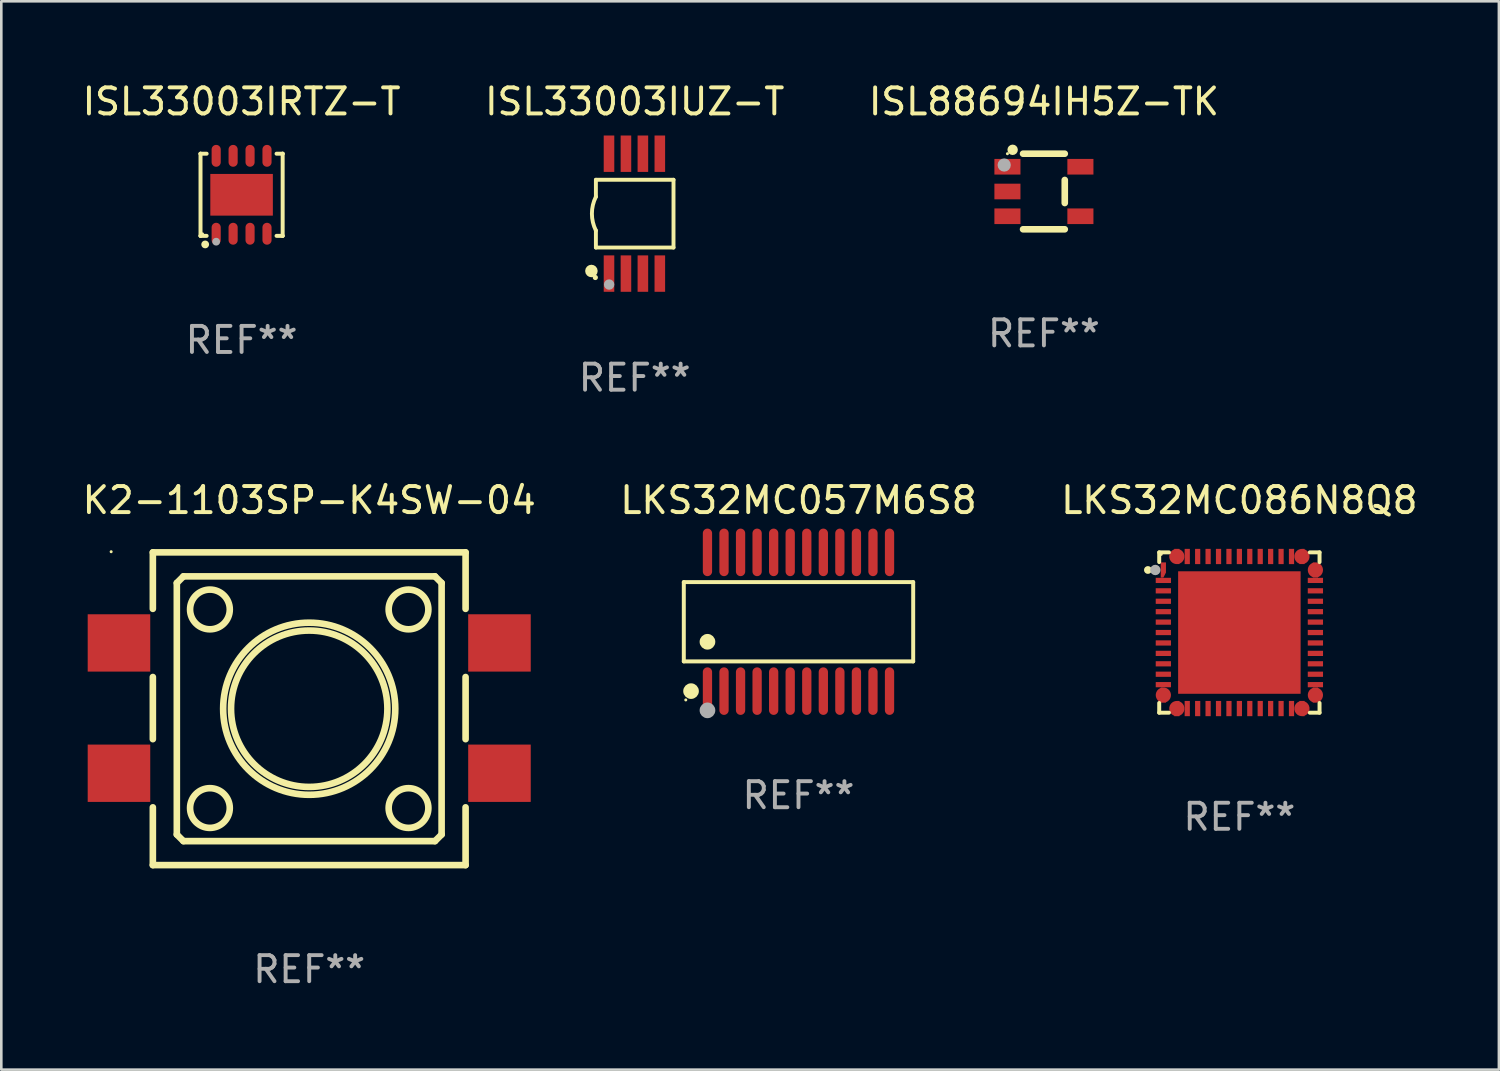
<source format=kicad_pcb>
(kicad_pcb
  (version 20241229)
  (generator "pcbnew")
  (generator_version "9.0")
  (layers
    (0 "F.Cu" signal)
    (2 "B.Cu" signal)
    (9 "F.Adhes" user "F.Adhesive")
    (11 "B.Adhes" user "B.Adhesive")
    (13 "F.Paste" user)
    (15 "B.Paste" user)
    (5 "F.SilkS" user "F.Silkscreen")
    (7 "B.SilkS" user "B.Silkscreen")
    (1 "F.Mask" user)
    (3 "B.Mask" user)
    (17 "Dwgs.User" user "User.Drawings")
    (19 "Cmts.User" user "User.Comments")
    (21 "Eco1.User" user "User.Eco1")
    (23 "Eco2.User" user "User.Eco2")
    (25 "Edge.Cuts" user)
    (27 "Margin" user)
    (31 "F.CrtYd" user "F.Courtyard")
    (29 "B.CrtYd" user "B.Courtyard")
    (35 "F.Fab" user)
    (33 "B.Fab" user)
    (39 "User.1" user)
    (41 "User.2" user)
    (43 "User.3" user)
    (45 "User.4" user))
  (footprint "ISL33003IRTZ-T"
    (layer "F.Cu")
    (at 6.22 4.424)
    (property "Reference" "ISL33003IRTZ-T" (at 0 -3.576 0) (layer "F.SilkS") (effects (font (size 1 1) (thickness 0.15))))
    (attr through_hole)
    (fp_line (start -1.576 -1.576) (end -1.576 -1.576) (stroke (width 0.152) (type solid)) (layer "F.SilkS"))
    (fp_line (start -1.576 -1.576) (end -1.341 -1.576) (stroke (width 0.152) (type solid)) (layer "F.SilkS"))
    (fp_line (start -1.576 1.576) (end -1.576 -1.576) (stroke (width 0.152) (type solid)) (layer "F.SilkS"))
    (fp_line (start -1.576 1.576) (end -1.576 1.576) (stroke (width 0.152) (type solid)) (layer "F.SilkS"))
    (fp_line (start -1.341 1.576) (end -1.576 1.576) (stroke (width 0.152) (type solid)) (layer "F.SilkS"))
    (fp_line (start 1.341 1.576) (end 1.576 1.576) (stroke (width 0.152) (type solid)) (layer "F.SilkS"))
    (fp_line (start 1.576 -1.576) (end 1.341 -1.576) (stroke (width 0.152) (type solid)) (layer "F.SilkS"))
    (fp_line (start 1.576 -1.576) (end 1.576 -1.576) (stroke (width 0.152) (type solid)) (layer "F.SilkS"))
    (fp_line (start 1.576 1.576) (end 1.576 -1.576) (stroke (width 0.152) (type solid)) (layer "F.SilkS"))
    (fp_line (start 1.576 1.576) (end 1.576 1.576) (stroke (width 0.152) (type solid)) (layer "F.SilkS"))
    (fp_circle (center -1.5 1.5) (end -1.47 1.5) (stroke (width 0.06) (type solid)) (fill no) (layer "F.SilkS"))
    (fp_circle (center -1.397 1.905) (end -1.322 1.905) (stroke (width 0.15) (type solid)) (fill no) (layer "F.SilkS"))
    (fp_circle (center -0.975 1.8) (end -0.9 1.8) (stroke (width 0.15) (type solid)) (fill no) (layer "F.Fab"))
    (fp_text user "REF**" (at 0 5.576 0) (layer "F.Fab") (effects (font (size 1 1) (thickness 0.15))))
    (pad "1" smd oval (at -0.975 1.495) (size 0.35 0.84) (layers "F.Cu" "F.Mask" "F.Paste"))
    (pad "2" smd oval (at -0.325 1.495) (size 0.35 0.84) (layers "F.Cu" "F.Mask" "F.Paste"))
    (pad "3" smd oval (at 0.325 1.495) (size 0.35 0.84) (layers "F.Cu" "F.Mask" "F.Paste"))
    (pad "4" smd oval (at 0.975 1.495) (size 0.35 0.84) (layers "F.Cu" "F.Mask" "F.Paste"))
    (pad "5" smd oval (at 0.975 -1.495) (size 0.35 0.84) (layers "F.Cu" "F.Mask" "F.Paste"))
    (pad "6" smd oval (at 0.325 -1.495) (size 0.35 0.84) (layers "F.Cu" "F.Mask" "F.Paste"))
    (pad "7" smd oval (at -0.325 -1.495) (size 0.35 0.84) (layers "F.Cu" "F.Mask" "F.Paste"))
    (pad "8" smd oval (at -0.975 -1.495) (size 0.35 0.84) (layers "F.Cu" "F.Mask" "F.Paste"))
    (pad "9" smd rect (at 0 0) (size 2.4 1.6) (layers "F.Cu" "F.Mask" "F.Paste")))
  (footprint "ISL33003IUZ-T"
    (layer "F.Cu")
    (at 21.304 5.148)
    (property "Reference" "ISL33003IUZ-T" (at 0 -4.3 0) (layer "F.SilkS") (effects (font (size 1 1) (thickness 0.15))))
    (attr through_hole)
    (fp_line (start -1.489 -1.3) (end -1.489 -0.648) (stroke (width 0.15) (type solid)) (layer "F.SilkS"))
    (fp_line (start -1.489 0.648) (end -1.489 1.3) (stroke (width 0.15) (type solid)) (layer "F.SilkS"))
    (fp_line (start -1.489 1.3) (end 1.489 1.3) (stroke (width 0.15) (type solid)) (layer "F.SilkS"))
    (fp_line (start 1.489 -1.3) (end -1.489 -1.3) (stroke (width 0.15) (type solid)) (layer "F.SilkS"))
    (fp_line (start 1.489 1.3) (end 1.489 -1.3) (stroke (width 0.15) (type solid)) (layer "F.SilkS"))
    (fp_arc (start -1.489205 0.647702) (mid -1.642107 0) (end -1.489205 -0.647701) (stroke (width 0.150013) (type solid)) (layer "F.SilkS"))
    (fp_circle (center -1.661 2.2) (end -1.541 2.2) (stroke (width 0.24) (type solid)) (fill no) (layer "F.SilkS"))
    (fp_circle (center -1.511 2.45) (end -1.461 2.45) (stroke (width 0.1) (type solid)) (fill no) (layer "F.SilkS"))
    (fp_circle (center -0.981 2.72) (end -0.881 2.72) (stroke (width 0.2) (type solid)) (fill no) (layer "F.Fab"))
    (fp_text user "REF**" (at 0 6.3 0) (layer "F.Fab") (effects (font (size 1 1) (thickness 0.15))))
    (pad "1" smd rect (at -0.986 2.3) (size 0.406 1.397) (layers "F.Cu" "F.Mask" "F.Paste"))
    (pad "2" smd rect (at -0.336 2.3) (size 0.406 1.397) (layers "F.Cu" "F.Mask" "F.Paste"))
    (pad "3" smd rect (at 0.314 2.3) (size 0.406 1.397) (layers "F.Cu" "F.Mask" "F.Paste"))
    (pad "4" smd rect (at 0.964 2.3) (size 0.406 1.397) (layers "F.Cu" "F.Mask" "F.Paste"))
    (pad "5" smd rect (at 0.964 -2.3) (size 0.406 1.397) (layers "F.Cu" "F.Mask" "F.Paste"))
    (pad "6" smd rect (at 0.314 -2.3) (size 0.406 1.397) (layers "F.Cu" "F.Mask" "F.Paste"))
    (pad "7" smd rect (at -0.336 -2.3) (size 0.406 1.397) (layers "F.Cu" "F.Mask" "F.Paste"))
    (pad "8" smd rect (at -0.986 -2.3) (size 0.406 1.397) (layers "F.Cu" "F.Mask" "F.Paste")))
  (footprint "K2-1103SP-K4SW-04"
    (layer "F.Cu")
    (at 8.815 24.145)
    (property "Reference" "K2-1103SP-K4SW-04" (at 0 -8 0) (layer "F.SilkS") (effects (font (size 1 1) (thickness 0.15))))
    (attr through_hole)
    (fp_line (start -6 -6) (end -6 -3.833) (stroke (width 0.254) (type solid)) (layer "F.SilkS"))
    (fp_line (start -6 -6) (end 6 -6) (stroke (width 0.254) (type solid)) (layer "F.SilkS"))
    (fp_line (start -6 -1.217) (end -6 1.167) (stroke (width 0.254) (type solid)) (layer "F.SilkS"))
    (fp_line (start -6 3.783) (end -6 6) (stroke (width 0.254) (type solid)) (layer "F.SilkS"))
    (fp_line (start -5.08 -4.826) (end -4.826 -5.08) (stroke (width 0.254) (type solid)) (layer "F.SilkS"))
    (fp_line (start -5.08 4.826) (end -5.08 -4.826) (stroke (width 0.254) (type solid)) (layer "F.SilkS"))
    (fp_line (start -4.826 -5.08) (end 4.826 -5.08) (stroke (width 0.254) (type solid)) (layer "F.SilkS"))
    (fp_line (start -4.826 5.08) (end -5.08 4.826) (stroke (width 0.254) (type solid)) (layer "F.SilkS"))
    (fp_line (start 4.826 -5.08) (end 5.08 -4.826) (stroke (width 0.254) (type solid)) (layer "F.SilkS"))
    (fp_line (start 4.826 5.08) (end -4.826 5.08) (stroke (width 0.254) (type solid)) (layer "F.SilkS"))
    (fp_line (start 5.08 -4.826) (end 5.08 4.826) (stroke (width 0.254) (type solid)) (layer "F.SilkS"))
    (fp_line (start 5.08 4.826) (end 4.826 5.08) (stroke (width 0.254) (type solid)) (layer "F.SilkS"))
    (fp_line (start 6 -6) (end 6 -3.833) (stroke (width 0.254) (type solid)) (layer "F.SilkS"))
    (fp_line (start 6 -1.217) (end 6 1.167) (stroke (width 0.254) (type solid)) (layer "F.SilkS"))
    (fp_line (start 6 3.783) (end 6 6) (stroke (width 0.254) (type solid)) (layer "F.SilkS"))
    (fp_line (start 6 6) (end -6 6) (stroke (width 0.254) (type solid)) (layer "F.SilkS"))
    (fp_circle (center -7.6 -6.025) (end -7.57 -6.025) (stroke (width 0.06) (type solid)) (fill no) (layer "F.SilkS"))
    (fp_circle (center -3.81 -3.81) (end -3.048 -3.81) (stroke (width 0.254) (type solid)) (fill no) (layer "F.SilkS"))
    (fp_circle (center -3.81 3.81) (end -3.048 3.81) (stroke (width 0.254) (type solid)) (fill no) (layer "F.SilkS"))
    (fp_circle (center 0 0) (end 3 0) (stroke (width 0.254) (type solid)) (fill no) (layer "F.SilkS"))
    (fp_circle (center 0 0) (end 3.302 0) (stroke (width 0.254) (type solid)) (fill no) (layer "F.SilkS"))
    (fp_circle (center 3.81 -3.81) (end 4.572 -3.81) (stroke (width 0.254) (type solid)) (fill no) (layer "F.SilkS"))
    (fp_circle (center 3.81 3.81) (end 4.572 3.81) (stroke (width 0.254) (type solid)) (fill no) (layer "F.SilkS"))
    (fp_text user "REF**" (at 0 10 0) (layer "F.Fab") (effects (font (size 1 1) (thickness 0.15))))
    (pad "1" smd rect (at -7.3 -2.525) (size 2.4 2.2) (layers "F.Cu" "F.Mask" "F.Paste"))
    (pad "2" smd rect (at 7.3 -2.525) (size 2.4 2.2) (layers "F.Cu" "F.Mask" "F.Paste"))
    (pad "3" smd rect (at -7.3 2.475) (size 2.4 2.2) (layers "F.Cu" "F.Mask" "F.Paste"))
    (pad "4" smd rect (at 7.3 2.475) (size 2.4 2.2) (layers "F.Cu" "F.Mask" "F.Paste")))
  (footprint "ISL88694IH5Z-TK"
    (layer "F.Cu")
    (at 37.006 4.298)
    (property "Reference" "ISL88694IH5Z-TK" (at 0 -3.45 0) (layer "F.SilkS") (effects (font (size 1 1) (thickness 0.15))))
    (attr through_hole)
    (fp_line (start 0.8 -1.45) (end -0.8 -1.45) (stroke (width 0.254) (type solid)) (layer "F.SilkS"))
    (fp_line (start 0.8 -0.442) (end 0.8 0.442) (stroke (width 0.254) (type solid)) (layer "F.SilkS"))
    (fp_line (start 0.8 1.45) (end -0.8 1.45) (stroke (width 0.254) (type solid)) (layer "F.SilkS"))
    (fp_circle (center -1.4 -1.45) (end -1.37 -1.45) (stroke (width 0.06) (type solid)) (fill no) (layer "F.SilkS"))
    (fp_circle (center -1.2 -1.6) (end -1.1 -1.6) (stroke (width 0.2) (type solid)) (fill no) (layer "F.SilkS"))
    (fp_circle (center -1.524 -1.016) (end -1.397 -1.016) (stroke (width 0.254) (type solid)) (fill no) (layer "F.Fab"))
    (fp_text user "REF**" (at 0 5.45 0) (layer "F.Fab") (effects (font (size 1 1) (thickness 0.15))))
    (pad "1" smd rect (at -1.4 -0.95 180) (size 1 0.6) (layers "F.Cu" "F.Mask" "F.Paste"))
    (pad "2" smd rect (at -1.4 0.000114 180) (size 1 0.6) (layers "F.Cu" "F.Mask" "F.Paste"))
    (pad "3" smd rect (at -1.4 0.95 180) (size 1 0.6) (layers "F.Cu" "F.Mask" "F.Paste"))
    (pad "4" smd rect (at 1.4 0.95) (size 1 0.6) (layers "F.Cu" "F.Mask" "F.Paste"))
    (pad "5" smd rect (at 1.4 -0.95) (size 1 0.6) (layers "F.Cu" "F.Mask" "F.Paste")))
  (footprint "LKS32MC057M6S8"
    (layer "F.Cu")
    (at 27.589 20.807)
    (property "Reference" "LKS32MC057M6S8" (at 0 -4.662 0) (layer "F.SilkS") (effects (font (size 1 1) (thickness 0.15))))
    (attr through_hole)
    (fp_line (start -4.401 -1.521) (end 4.401 -1.521) (stroke (width 0.152) (type solid)) (layer "F.SilkS"))
    (fp_line (start -4.401 1.521) (end -4.401 -1.521) (stroke (width 0.152) (type solid)) (layer "F.SilkS"))
    (fp_line (start 4.401 -1.521) (end 4.401 1.521) (stroke (width 0.152) (type solid)) (layer "F.SilkS"))
    (fp_line (start 4.401 1.521) (end -4.401 1.521) (stroke (width 0.152) (type solid)) (layer "F.SilkS"))
    (fp_circle (center -4.325 3) (end -4.295 3) (stroke (width 0.06) (type solid)) (fill no) (layer "F.SilkS"))
    (fp_circle (center -4.123 2.662) (end -3.973 2.662) (stroke (width 0.3) (type solid)) (fill no) (layer "F.SilkS"))
    (fp_circle (center -3.493 0.769) (end -3.342 0.769) (stroke (width 0.3) (type solid)) (fill no) (layer "F.SilkS"))
    (fp_circle (center -3.493 3.4) (end -3.342 3.4) (stroke (width 0.3) (type solid)) (fill no) (layer "F.Fab"))
    (fp_text user "REF**" (at 0 6.662 0) (layer "F.Fab") (effects (font (size 1 1) (thickness 0.15))))
    (pad "1" smd oval (at -3.493 2.662) (size 0.356 1.824) (layers "F.Cu" "F.Mask" "F.Paste"))
    (pad "2" smd oval (at -2.858 2.662) (size 0.356 1.824) (layers "F.Cu" "F.Mask" "F.Paste"))
    (pad "3" smd oval (at -2.223 2.662) (size 0.356 1.824) (layers "F.Cu" "F.Mask" "F.Paste"))
    (pad "4" smd oval (at -1.588 2.662) (size 0.356 1.824) (layers "F.Cu" "F.Mask" "F.Paste"))
    (pad "5" smd oval (at -0.953 2.662) (size 0.356 1.824) (layers "F.Cu" "F.Mask" "F.Paste"))
    (pad "6" smd oval (at -0.318 2.662) (size 0.356 1.824) (layers "F.Cu" "F.Mask" "F.Paste"))
    (pad "7" smd oval (at 0.318 2.662) (size 0.356 1.824) (layers "F.Cu" "F.Mask" "F.Paste"))
    (pad "8" smd oval (at 0.953 2.662) (size 0.356 1.824) (layers "F.Cu" "F.Mask" "F.Paste"))
    (pad "9" smd oval (at 1.588 2.662) (size 0.356 1.824) (layers "F.Cu" "F.Mask" "F.Paste"))
    (pad "10" smd oval (at 2.223 2.662) (size 0.356 1.824) (layers "F.Cu" "F.Mask" "F.Paste"))
    (pad "11" smd oval (at 2.858 2.662) (size 0.356 1.824) (layers "F.Cu" "F.Mask" "F.Paste"))
    (pad "12" smd oval (at 3.493 2.662) (size 0.356 1.824) (layers "F.Cu" "F.Mask" "F.Paste"))
    (pad "13" smd oval (at 3.493 -2.662) (size 0.356 1.824) (layers "F.Cu" "F.Mask" "F.Paste"))
    (pad "14" smd oval (at 2.858 -2.662) (size 0.356 1.824) (layers "F.Cu" "F.Mask" "F.Paste"))
    (pad "15" smd oval (at 2.223 -2.662) (size 0.356 1.824) (layers "F.Cu" "F.Mask" "F.Paste"))
    (pad "16" smd oval (at 1.588 -2.662) (size 0.356 1.824) (layers "F.Cu" "F.Mask" "F.Paste"))
    (pad "17" smd oval (at 0.953 -2.662) (size 0.356 1.824) (layers "F.Cu" "F.Mask" "F.Paste"))
    (pad "18" smd oval (at 0.318 -2.662) (size 0.356 1.824) (layers "F.Cu" "F.Mask" "F.Paste"))
    (pad "19" smd oval (at -0.318 -2.662) (size 0.356 1.824) (layers "F.Cu" "F.Mask" "F.Paste"))
    (pad "20" smd oval (at -0.953 -2.662) (size 0.356 1.824) (layers "F.Cu" "F.Mask" "F.Paste"))
    (pad "21" smd oval (at -1.588 -2.662) (size 0.356 1.824) (layers "F.Cu" "F.Mask" "F.Paste"))
    (pad "22" smd oval (at -2.223 -2.662) (size 0.356 1.824) (layers "F.Cu" "F.Mask" "F.Paste"))
    (pad "23" smd oval (at -2.858 -2.662) (size 0.356 1.824) (layers "F.Cu" "F.Mask" "F.Paste"))
    (pad "24" smd oval (at -3.493 -2.662) (size 0.356 1.824) (layers "F.Cu" "F.Mask" "F.Paste")))
  (footprint "LKS32MC086N8Q8"
    (layer "F.Cu")
    (at 44.506 21.221)
    (property "Reference" "LKS32MC086N8Q8" (at 0 -5.076 0) (layer "F.SilkS") (effects (font (size 1 1) (thickness 0.15))))
    (attr through_hole)
    (fp_line (start -3.076 -3.076) (end -3.076 -2.703) (stroke (width 0.152) (type solid)) (layer "F.SilkS"))
    (fp_line (start -3.076 3.076) (end -3.076 2.703) (stroke (width 0.152) (type solid)) (layer "F.SilkS"))
    (fp_line (start -2.703 -3.076) (end -3.076 -3.076) (stroke (width 0.152) (type solid)) (layer "F.SilkS"))
    (fp_line (start -2.703 3.076) (end -3.076 3.076) (stroke (width 0.152) (type solid)) (layer "F.SilkS"))
    (fp_line (start 2.703 -3.076) (end 3.076 -3.076) (stroke (width 0.152) (type solid)) (layer "F.SilkS"))
    (fp_line (start 2.703 3.076) (end 3.076 3.076) (stroke (width 0.152) (type solid)) (layer "F.SilkS"))
    (fp_line (start 3.076 -3.076) (end 3.076 -2.703) (stroke (width 0.152) (type solid)) (layer "F.SilkS"))
    (fp_line (start 3.076 3.076) (end 3.076 2.703) (stroke (width 0.152) (type solid)) (layer "F.SilkS"))
    (fp_circle (center -3.51 -2.4) (end -3.435 -2.4) (stroke (width 0.15) (type solid)) (fill no) (layer "F.SilkS"))
    (fp_circle (center -3 -3) (end -2.97 -3) (stroke (width 0.06) (type solid)) (fill no) (layer "F.SilkS"))
    (fp_circle (center -3.225 -2.4) (end -3.125 -2.4) (stroke (width 0.2) (type solid)) (fill no) (layer "F.Fab"))
    (fp_text user "REF**" (at 0 7.076 0) (layer "F.Fab") (effects (font (size 1 1) (thickness 0.15))))
    (pad "1" smd custom (at -2.917 -2.4 270) (size 0.2 0.585) (layers "F.Cu" "F.Mask" "F.Paste") (options (anchor circle)) (primitives (gr_poly (pts (xy 0.1 -0.1) (xy 0.293 0) (xy 0.293 0.1) (xy -0.292 0.1) (xy -0.292 -0.1)) (width 0) (fill yes))))
    (pad "2" smd rect (at -2.917 -2 270) (size 0.2 0.585) (layers "F.Cu" "F.Mask" "F.Paste"))
    (pad "3" smd rect (at -2.917 -1.6 270) (size 0.2 0.585) (layers "F.Cu" "F.Mask" "F.Paste"))
    (pad "4" smd rect (at -2.917 -1.2 270) (size 0.2 0.585) (layers "F.Cu" "F.Mask" "F.Paste"))
    (pad "5" smd rect (at -2.917 -0.8 270) (size 0.2 0.585) (layers "F.Cu" "F.Mask" "F.Paste"))
    (pad "6" smd rect (at -2.917 -0.4 270) (size 0.2 0.585) (layers "F.Cu" "F.Mask" "F.Paste"))
    (pad "7" smd rect (at -2.917 -0.000051 270) (size 0.2 0.585) (layers "F.Cu" "F.Mask" "F.Paste"))
    (pad "8" smd rect (at -2.917 0.4 270) (size 0.2 0.585) (layers "F.Cu" "F.Mask" "F.Paste"))
    (pad "9" smd rect (at -2.917 0.8 270) (size 0.2 0.585) (layers "F.Cu" "F.Mask" "F.Paste"))
    (pad "10" smd rect (at -2.917 1.2 270) (size 0.2 0.585) (layers "F.Cu" "F.Mask" "F.Paste"))
    (pad "11" smd rect (at -2.917 1.6 270) (size 0.2 0.585) (layers "F.Cu" "F.Mask" "F.Paste"))
    (pad "12" smd rect (at -2.917 2 270) (size 0.2 0.585) (layers "F.Cu" "F.Mask" "F.Paste"))
    (pad "13" smd custom (at -2.917 2.4 90) (size 0.585 0.2) (layers "F.Cu" "F.Mask" "F.Paste") (options (anchor circle)) (primitives (gr_poly (pts (xy 0.1 0.1) (xy 0.292 0.000025) (xy 0.292 -0.1) (xy -0.292 -0.1) (xy -0.292 0.1)) (width 0) (fill yes))))
    (pad "14" smd custom (at -2.4 2.917) (size 0.585 0.2) (layers "F.Cu" "F.Mask" "F.Paste") (options (anchor circle)) (primitives (gr_poly (pts (xy -0.1 -0.1) (xy 0.000051 -0.292) (xy 0.1 -0.292) (xy 0.1 0.292) (xy -0.1 0.292)) (width 0) (fill yes))))
    (pad "15" smd rect (at -2 2.917 270) (size 0.585 0.2) (layers "F.Cu" "F.Mask" "F.Paste"))
    (pad "16" smd rect (at -1.6 2.917 270) (size 0.585 0.2) (layers "F.Cu" "F.Mask" "F.Paste"))
    (pad "17" smd rect (at -1.2 2.917 270) (size 0.585 0.2) (layers "F.Cu" "F.Mask" "F.Paste"))
    (pad "18" smd rect (at -0.8 2.917 270) (size 0.585 0.2) (layers "F.Cu" "F.Mask" "F.Paste"))
    (pad "19" smd rect (at -0.4 2.917 270) (size 0.585 0.2) (layers "F.Cu" "F.Mask" "F.Paste"))
    (pad "20" smd rect (at 0 2.917 270) (size 0.585 0.2) (layers "F.Cu" "F.Mask" "F.Paste"))
    (pad "21" smd rect (at 0.4 2.917 270) (size 0.585 0.2) (layers "F.Cu" "F.Mask" "F.Paste"))
    (pad "22" smd rect (at 0.8 2.917 270) (size 0.585 0.2) (layers "F.Cu" "F.Mask" "F.Paste"))
    (pad "23" smd rect (at 1.2 2.917 270) (size 0.585 0.2) (layers "F.Cu" "F.Mask" "F.Paste"))
    (pad "24" smd rect (at 1.6 2.917 270) (size 0.585 0.2) (layers "F.Cu" "F.Mask" "F.Paste"))
    (pad "25" smd rect (at 2 2.917 270) (size 0.585 0.2) (layers "F.Cu" "F.Mask" "F.Paste"))
    (pad "26" smd custom (at 2.4 2.917 180) (size 0.585 0.2) (layers "F.Cu" "F.Mask" "F.Paste") (options (anchor circle)) (primitives (gr_poly (pts (xy 0.1 -0.1) (xy -0.000102 -0.292) (xy -0.1 -0.292) (xy -0.1 0.293) (xy 0.1 0.293)) (width 0) (fill yes))))
    (pad "27" smd custom (at 2.917 2.4 90) (size 0.585 0.2) (layers "F.Cu" "F.Mask" "F.Paste") (options (anchor circle)) (primitives (gr_poly (pts (xy -0.1 0.1) (xy -0.292 -0.000025) (xy -0.292 -0.1) (xy 0.293 -0.1) (xy 0.293 0.1)) (width 0) (fill yes))))
    (pad "28" smd rect (at 2.917 2 270) (size 0.2 0.585) (layers "F.Cu" "F.Mask" "F.Paste"))
    (pad "29" smd rect (at 2.917 1.6 270) (size 0.2 0.585) (layers "F.Cu" "F.Mask" "F.Paste"))
    (pad "30" smd rect (at 2.917 1.2 270) (size 0.2 0.585) (layers "F.Cu" "F.Mask" "F.Paste"))
    (pad "31" smd rect (at 2.917 0.8 270) (size 0.2 0.585) (layers "F.Cu" "F.Mask" "F.Paste"))
    (pad "32" smd rect (at 2.917 0.4 270) (size 0.2 0.585) (layers "F.Cu" "F.Mask" "F.Paste"))
    (pad "33" smd rect (at 2.917 -0.000051 270) (size 0.2 0.585) (layers "F.Cu" "F.Mask" "F.Paste"))
    (pad "34" smd rect (at 2.917 -0.4 270) (size 0.2 0.585) (layers "F.Cu" "F.Mask" "F.Paste"))
    (pad "35" smd rect (at 2.917 -0.8 270) (size 0.2 0.585) (layers "F.Cu" "F.Mask" "F.Paste"))
    (pad "36" smd rect (at 2.917 -1.2 270) (size 0.2 0.585) (layers "F.Cu" "F.Mask" "F.Paste"))
    (pad "37" smd rect (at 2.917 -1.6 270) (size 0.2 0.585) (layers "F.Cu" "F.Mask" "F.Paste"))
    (pad "38" smd rect (at 2.917 -2 270) (size 0.2 0.585) (layers "F.Cu" "F.Mask" "F.Paste"))
    (pad "39" smd custom (at 2.917 -2.4 270) (size 0.585 0.2) (layers "F.Cu" "F.Mask" "F.Paste") (options (anchor circle)) (primitives (gr_poly (pts (xy -0.1 -0.1) (xy -0.292 0) (xy -0.292 0.1) (xy 0.293 0.1) (xy 0.293 -0.1)) (width 0) (fill yes))))
    (pad "40" smd custom (at 2.4 -2.918 180) (size 0.585 0.2) (layers "F.Cu" "F.Mask" "F.Paste") (options (anchor circle)) (primitives (gr_poly (pts (xy 0.1 0.1) (xy 0.000025 0.293) (xy -0.1 0.293) (xy -0.1 -0.292) (xy 0.1 -0.292)) (width 0) (fill yes))))
    (pad "41" smd rect (at 2 -2.918 270) (size 0.585 0.2) (layers "F.Cu" "F.Mask" "F.Paste"))
    (pad "42" smd rect (at 1.6 -2.918 270) (size 0.585 0.2) (layers "F.Cu" "F.Mask" "F.Paste"))
    (pad "43" smd rect (at 1.2 -2.918 270) (size 0.585 0.2) (layers "F.Cu" "F.Mask" "F.Paste"))
    (pad "44" smd rect (at 0.8 -2.918 270) (size 0.585 0.2) (layers "F.Cu" "F.Mask" "F.Paste"))
    (pad "45" smd rect (at 0.4 -2.918 270) (size 0.585 0.2) (layers "F.Cu" "F.Mask" "F.Paste"))
    (pad "46" smd rect (at 0 -2.918 270) (size 0.585 0.2) (layers "F.Cu" "F.Mask" "F.Paste"))
    (pad "47" smd rect (at -0.4 -2.918 270) (size 0.585 0.2) (layers "F.Cu" "F.Mask" "F.Paste"))
    (pad "48" smd rect (at -0.8 -2.918 270) (size 0.585 0.2) (layers "F.Cu" "F.Mask" "F.Paste"))
    (pad "49" smd rect (at -1.2 -2.918 270) (size 0.585 0.2) (layers "F.Cu" "F.Mask" "F.Paste"))
    (pad "50" smd rect (at -1.6 -2.918 270) (size 0.585 0.2) (layers "F.Cu" "F.Mask" "F.Paste"))
    (pad "51" smd rect (at -2 -2.918 270) (size 0.585 0.2) (layers "F.Cu" "F.Mask" "F.Paste"))
    (pad "52" smd custom (at -2.4 -2.918) (size 0.585 0.2) (layers "F.Cu" "F.Mask" "F.Paste") (options (anchor circle)) (primitives (gr_poly (pts (xy -0.1 0.1) (xy -0.000025 0.292) (xy 0.1 0.292) (xy 0.1 -0.292) (xy -0.1 -0.292)) (width 0) (fill yes))))
    (pad "53" smd rect (at 0 -0.000051 270) (size 4.7 4.7) (layers "F.Cu" "F.Mask" "F.Paste")))
  (gr_rect
    (start -3 -3)
    (end 54.464 37.993)
    (stroke (width 0.1) (type default))
    (fill no)
    (layer "Edge.Cuts")))
</source>
